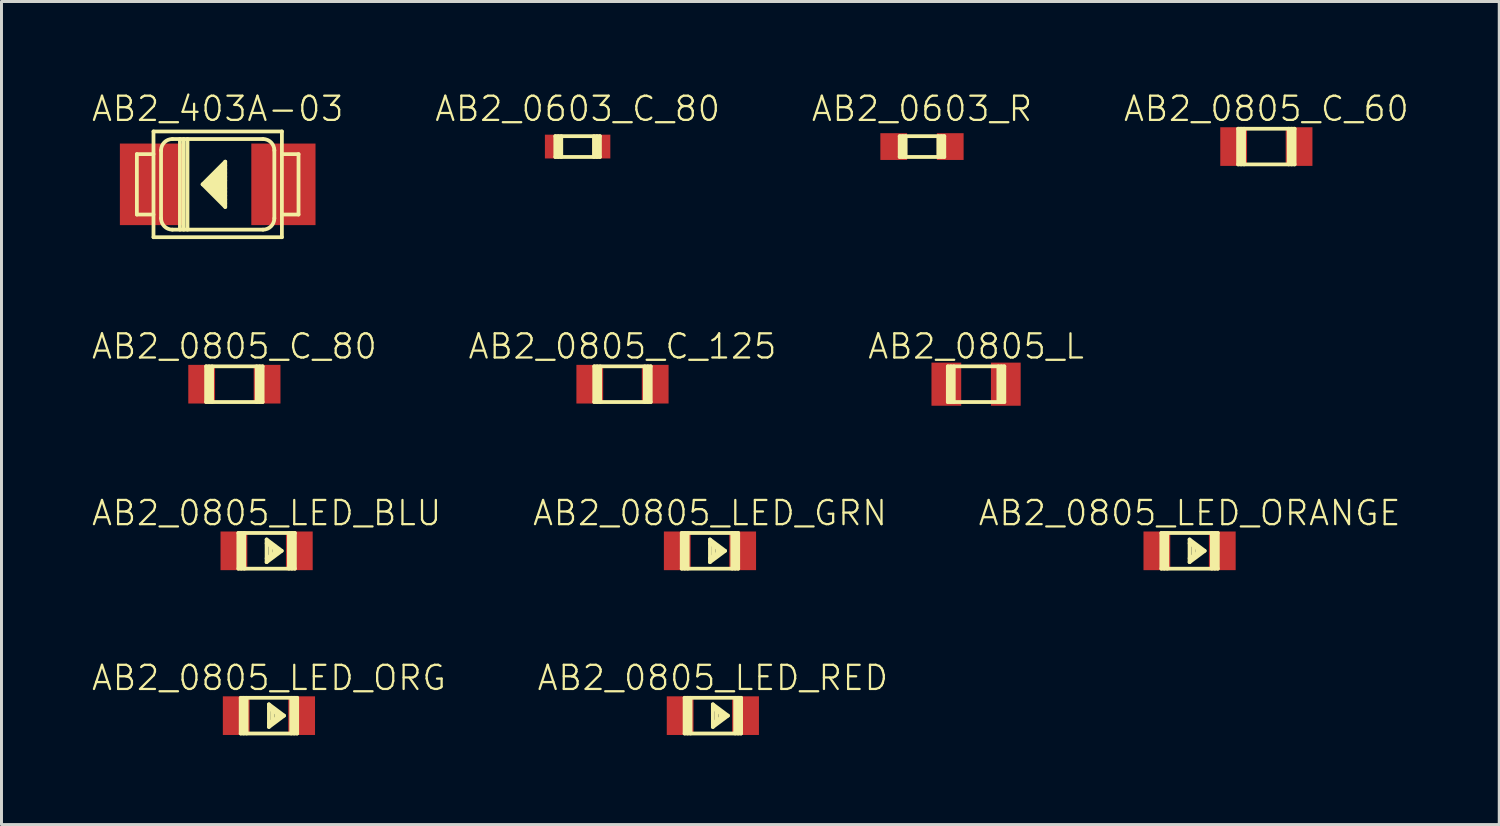
<source format=kicad_pcb>
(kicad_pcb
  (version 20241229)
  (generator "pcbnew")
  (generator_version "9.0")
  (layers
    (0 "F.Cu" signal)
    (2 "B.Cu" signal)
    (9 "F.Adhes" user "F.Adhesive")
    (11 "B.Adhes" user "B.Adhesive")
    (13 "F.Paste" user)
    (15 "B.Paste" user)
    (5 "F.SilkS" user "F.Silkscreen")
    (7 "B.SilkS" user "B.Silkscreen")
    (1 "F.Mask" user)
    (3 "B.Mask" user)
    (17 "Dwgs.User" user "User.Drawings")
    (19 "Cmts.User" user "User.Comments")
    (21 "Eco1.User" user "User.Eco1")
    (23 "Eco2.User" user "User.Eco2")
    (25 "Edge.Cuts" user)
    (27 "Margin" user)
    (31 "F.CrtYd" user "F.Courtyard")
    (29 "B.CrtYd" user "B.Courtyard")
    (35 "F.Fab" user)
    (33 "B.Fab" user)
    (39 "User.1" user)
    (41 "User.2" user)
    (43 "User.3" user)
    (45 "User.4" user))
  (footprint "AB2_0805_C_80"
    (layer "F.Cu")
    (at 4.832 9.87)
    (property "Reference" "AB2_0805_C_80" (at 0 -1.27 0) (layer "F.SilkS") (effects (font (size 0.813 0.813) (thickness 0.076))))
    (attr through_hole)
    (fp_line (start -0.95 -0.6) (end 0.95 -0.6) (stroke (width 0.127) (type solid)) (layer "F.SilkS"))
    (fp_line (start -0.95 0.6) (end -0.95 -0.6) (stroke (width 0.127) (type solid)) (layer "F.SilkS"))
    (fp_line (start -0.85 0.6) (end -0.85 -0.6) (stroke (width 0.127) (type solid)) (layer "F.SilkS"))
    (fp_line (start -0.75 -0.6) (end -0.75 0.6) (stroke (width 0.127) (type solid)) (layer "F.SilkS"))
    (fp_line (start 0.75 -0.6) (end 0.75 0.6) (stroke (width 0.127) (type solid)) (layer "F.SilkS"))
    (fp_line (start 0.85 0.6) (end 0.85 -0.6) (stroke (width 0.127) (type solid)) (layer "F.SilkS"))
    (fp_line (start 0.95 -0.6) (end 0.95 0.6) (stroke (width 0.127) (type solid)) (layer "F.SilkS"))
    (fp_line (start 0.95 0.6) (end -0.95 0.6) (stroke (width 0.127) (type solid)) (layer "F.SilkS"))
    (pad "1" smd rect (at -1.1 0) (size 0.9 1.3) (layers "F.Cu" "F.Mask" "F.Paste"))
    (pad "2" smd rect (at 1.1 0) (size 0.9 1.3) (layers "F.Cu" "F.Mask" "F.Paste")))
  (footprint "AB2_0805_LED_ORG"
    (layer "F.Cu")
    (at 5.994 21.017)
    (property "Reference" "AB2_0805_LED_ORG" (at 0 -1.27 0) (layer "F.SilkS") (effects (font (size 0.813 0.813) (thickness 0.076))))
    (attr through_hole)
    (fp_line (start -0.95 -0.6) (end 0.95 -0.6) (stroke (width 0.127) (type solid)) (layer "F.SilkS"))
    (fp_line (start -0.95 0.6) (end -0.95 -0.6) (stroke (width 0.127) (type solid)) (layer "F.SilkS"))
    (fp_line (start -0.85 0.6) (end -0.85 -0.6) (stroke (width 0.127) (type solid)) (layer "F.SilkS"))
    (fp_line (start -0.75 -0.6) (end -0.75 0.6) (stroke (width 0.127) (type solid)) (layer "F.SilkS"))
    (fp_line (start 0 -0.381) (end 0 0.381) (stroke (width 0.127) (type solid)) (layer "F.SilkS"))
    (fp_line (start 0 0.381) (end 0.508 0) (stroke (width 0.127) (type solid)) (layer "F.SilkS"))
    (fp_line (start 0.127 -0.254) (end 0.127 0.254) (stroke (width 0.127) (type solid)) (layer "F.SilkS"))
    (fp_line (start 0.254 -0.127) (end 0.254 0.127) (stroke (width 0.127) (type solid)) (layer "F.SilkS"))
    (fp_line (start 0.381 0) (end 0 -0.254) (stroke (width 0.127) (type solid)) (layer "F.SilkS"))
    (fp_line (start 0.381 0) (end 0 0.254) (stroke (width 0.127) (type solid)) (layer "F.SilkS"))
    (fp_line (start 0.508 0) (end 0 -0.381) (stroke (width 0.127) (type solid)) (layer "F.SilkS"))
    (fp_line (start 0.75 -0.6) (end 0.75 0.6) (stroke (width 0.127) (type solid)) (layer "F.SilkS"))
    (fp_line (start 0.85 0.6) (end 0.85 -0.6) (stroke (width 0.127) (type solid)) (layer "F.SilkS"))
    (fp_line (start 0.95 -0.6) (end 0.95 0.6) (stroke (width 0.127) (type solid)) (layer "F.SilkS"))
    (fp_line (start 0.95 0.6) (end -0.95 0.6) (stroke (width 0.127) (type solid)) (layer "F.SilkS"))
    (pad "1" smd rect (at -1.1 0) (size 0.9 1.3) (layers "F.Cu" "F.Mask" "F.Paste"))
    (pad "2" smd rect (at 1.1 0) (size 0.9 1.3) (layers "F.Cu" "F.Mask" "F.Paste")))
  (footprint "AB2_0603_C_80"
    (layer "F.Cu")
    (at 16.375 1.879)
    (property "Reference" "AB2_0603_C_80" (at 0 -1.27 0) (layer "F.SilkS") (effects (font (size 0.813 0.813) (thickness 0.076))))
    (attr through_hole)
    (fp_line (start -0.75 -0.35) (end 0.75 -0.35) (stroke (width 0.127) (type solid)) (layer "F.SilkS"))
    (fp_line (start -0.75 0.35) (end -0.75 -0.35) (stroke (width 0.127) (type solid)) (layer "F.SilkS"))
    (fp_line (start -0.65 0.35) (end -0.65 -0.35) (stroke (width 0.127) (type solid)) (layer "F.SilkS"))
    (fp_line (start -0.55 -0.35) (end -0.55 0.35) (stroke (width 0.127) (type solid)) (layer "F.SilkS"))
    (fp_line (start 0.55 -0.35) (end 0.55 0.35) (stroke (width 0.127) (type solid)) (layer "F.SilkS"))
    (fp_line (start 0.65 0.35) (end 0.65 -0.35) (stroke (width 0.127) (type solid)) (layer "F.SilkS"))
    (fp_line (start 0.75 -0.35) (end 0.75 0.35) (stroke (width 0.127) (type solid)) (layer "F.SilkS"))
    (fp_line (start 0.75 0.35) (end -0.75 0.35) (stroke (width 0.127) (type solid)) (layer "F.SilkS"))
    (pad "1" smd rect (at -0.8 0) (size 0.6 0.8) (layers "F.Cu" "F.Mask" "F.Paste"))
    (pad "2" smd rect (at 0.8 0) (size 0.6 0.8) (layers "F.Cu" "F.Mask" "F.Paste")))
  (footprint "AB2_0805_L"
    (layer "F.Cu")
    (at 29.775 9.87)
    (property "Reference" "AB2_0805_L" (at 0 -1.27 0) (layer "F.SilkS") (effects (font (size 0.813 0.813) (thickness 0.076))))
    (attr through_hole)
    (fp_line (start -0.95 -0.6) (end 0.95 -0.6) (stroke (width 0.127) (type solid)) (layer "F.SilkS"))
    (fp_line (start -0.95 0.6) (end -0.95 -0.6) (stroke (width 0.127) (type solid)) (layer "F.SilkS"))
    (fp_line (start -0.85 0.6) (end -0.85 -0.6) (stroke (width 0.127) (type solid)) (layer "F.SilkS"))
    (fp_line (start -0.75 -0.6) (end -0.75 0.6) (stroke (width 0.127) (type solid)) (layer "F.SilkS"))
    (fp_line (start 0.75 -0.6) (end 0.75 0.6) (stroke (width 0.127) (type solid)) (layer "F.SilkS"))
    (fp_line (start 0.85 0.6) (end 0.85 -0.6) (stroke (width 0.127) (type solid)) (layer "F.SilkS"))
    (fp_line (start 0.95 -0.6) (end 0.95 0.6) (stroke (width 0.127) (type solid)) (layer "F.SilkS"))
    (fp_line (start 0.95 0.6) (end -0.95 0.6) (stroke (width 0.127) (type solid)) (layer "F.SilkS"))
    (pad "1" smd rect (at -1 0) (size 1 1.45) (layers "F.Cu" "F.Mask" "F.Paste"))
    (pad "2" smd rect (at 1 0) (size 1 1.45) (layers "F.Cu" "F.Mask" "F.Paste")))
  (footprint "AB2_0805_LED_RED"
    (layer "F.Cu")
    (at 20.923 21.017)
    (property "Reference" "AB2_0805_LED_RED" (at 0 -1.27 0) (layer "F.SilkS") (effects (font (size 0.813 0.813) (thickness 0.076))))
    (attr through_hole)
    (fp_line (start -0.95 -0.6) (end 0.95 -0.6) (stroke (width 0.127) (type solid)) (layer "F.SilkS"))
    (fp_line (start -0.95 0.6) (end -0.95 -0.6) (stroke (width 0.127) (type solid)) (layer "F.SilkS"))
    (fp_line (start -0.85 0.6) (end -0.85 -0.6) (stroke (width 0.127) (type solid)) (layer "F.SilkS"))
    (fp_line (start -0.75 -0.6) (end -0.75 0.6) (stroke (width 0.127) (type solid)) (layer "F.SilkS"))
    (fp_line (start 0 -0.381) (end 0 0.381) (stroke (width 0.127) (type solid)) (layer "F.SilkS"))
    (fp_line (start 0 0.381) (end 0.508 0) (stroke (width 0.127) (type solid)) (layer "F.SilkS"))
    (fp_line (start 0.127 -0.254) (end 0.127 0.254) (stroke (width 0.127) (type solid)) (layer "F.SilkS"))
    (fp_line (start 0.254 -0.127) (end 0.254 0.127) (stroke (width 0.127) (type solid)) (layer "F.SilkS"))
    (fp_line (start 0.381 0) (end 0 -0.254) (stroke (width 0.127) (type solid)) (layer "F.SilkS"))
    (fp_line (start 0.381 0) (end 0 0.254) (stroke (width 0.127) (type solid)) (layer "F.SilkS"))
    (fp_line (start 0.508 0) (end 0 -0.381) (stroke (width 0.127) (type solid)) (layer "F.SilkS"))
    (fp_line (start 0.75 -0.6) (end 0.75 0.6) (stroke (width 0.127) (type solid)) (layer "F.SilkS"))
    (fp_line (start 0.85 0.6) (end 0.85 -0.6) (stroke (width 0.127) (type solid)) (layer "F.SilkS"))
    (fp_line (start 0.95 -0.6) (end 0.95 0.6) (stroke (width 0.127) (type solid)) (layer "F.SilkS"))
    (fp_line (start 0.95 0.6) (end -0.95 0.6) (stroke (width 0.127) (type solid)) (layer "F.SilkS"))
    (pad "1" smd rect (at -1.1 0) (size 0.9 1.3) (layers "F.Cu" "F.Mask" "F.Paste"))
    (pad "2" smd rect (at 1.1 0) (size 0.9 1.3) (layers "F.Cu" "F.Mask" "F.Paste")))
  (footprint "AB2_0603_R"
    (layer "F.Cu")
    (at 27.956 1.879)
    (property "Reference" "AB2_0603_R" (at 0 -1.27 0) (layer "F.SilkS") (effects (font (size 0.813 0.813) (thickness 0.076))))
    (attr through_hole)
    (fp_line (start -0.75 -0.35) (end 0.75 -0.35) (stroke (width 0.127) (type solid)) (layer "F.SilkS"))
    (fp_line (start -0.75 0.35) (end -0.75 -0.35) (stroke (width 0.127) (type solid)) (layer "F.SilkS"))
    (fp_line (start -0.65 0.35) (end -0.65 -0.35) (stroke (width 0.127) (type solid)) (layer "F.SilkS"))
    (fp_line (start -0.55 -0.35) (end -0.55 0.35) (stroke (width 0.127) (type solid)) (layer "F.SilkS"))
    (fp_line (start 0.55 -0.35) (end 0.55 0.35) (stroke (width 0.127) (type solid)) (layer "F.SilkS"))
    (fp_line (start 0.65 0.35) (end 0.65 -0.35) (stroke (width 0.127) (type solid)) (layer "F.SilkS"))
    (fp_line (start 0.75 -0.35) (end 0.75 0.35) (stroke (width 0.127) (type solid)) (layer "F.SilkS"))
    (fp_line (start 0.75 0.35) (end -0.75 0.35) (stroke (width 0.127) (type solid)) (layer "F.SilkS"))
    (pad "1" smd rect (at -0.95 0) (size 0.9 0.9) (layers "F.Cu" "F.Mask" "F.Paste"))
    (pad "2" smd rect (at 0.95 0) (size 0.9 0.9) (layers "F.Cu" "F.Mask" "F.Paste")))
  (footprint "AB2_0805_LED_GRN"
    (layer "F.Cu")
    (at 20.826 15.474)
    (property "Reference" "AB2_0805_LED_GRN" (at 0 -1.27 0) (layer "F.SilkS") (effects (font (size 0.813 0.813) (thickness 0.076))))
    (attr through_hole)
    (fp_line (start -0.95 -0.6) (end 0.95 -0.6) (stroke (width 0.127) (type solid)) (layer "F.SilkS"))
    (fp_line (start -0.95 0.6) (end -0.95 -0.6) (stroke (width 0.127) (type solid)) (layer "F.SilkS"))
    (fp_line (start -0.85 0.6) (end -0.85 -0.6) (stroke (width 0.127) (type solid)) (layer "F.SilkS"))
    (fp_line (start -0.75 -0.6) (end -0.75 0.6) (stroke (width 0.127) (type solid)) (layer "F.SilkS"))
    (fp_line (start 0 -0.381) (end 0 0.381) (stroke (width 0.127) (type solid)) (layer "F.SilkS"))
    (fp_line (start 0 0.381) (end 0.508 0) (stroke (width 0.127) (type solid)) (layer "F.SilkS"))
    (fp_line (start 0.127 -0.254) (end 0.127 0.254) (stroke (width 0.127) (type solid)) (layer "F.SilkS"))
    (fp_line (start 0.254 -0.127) (end 0.254 0.127) (stroke (width 0.127) (type solid)) (layer "F.SilkS"))
    (fp_line (start 0.381 0) (end 0 -0.254) (stroke (width 0.127) (type solid)) (layer "F.SilkS"))
    (fp_line (start 0.381 0) (end 0 0.254) (stroke (width 0.127) (type solid)) (layer "F.SilkS"))
    (fp_line (start 0.508 0) (end 0 -0.381) (stroke (width 0.127) (type solid)) (layer "F.SilkS"))
    (fp_line (start 0.75 -0.6) (end 0.75 0.6) (stroke (width 0.127) (type solid)) (layer "F.SilkS"))
    (fp_line (start 0.85 0.6) (end 0.85 -0.6) (stroke (width 0.127) (type solid)) (layer "F.SilkS"))
    (fp_line (start 0.95 -0.6) (end 0.95 0.6) (stroke (width 0.127) (type solid)) (layer "F.SilkS"))
    (fp_line (start 0.95 0.6) (end -0.95 0.6) (stroke (width 0.127) (type solid)) (layer "F.SilkS"))
    (pad "1" smd rect (at -1.1 0) (size 0.9 1.3) (layers "F.Cu" "F.Mask" "F.Paste"))
    (pad "2" smd rect (at 1.1 0) (size 0.9 1.3) (layers "F.Cu" "F.Mask" "F.Paste")))
  (footprint "AB2_0805_C_125"
    (layer "F.Cu")
    (at 17.884 9.87)
    (property "Reference" "AB2_0805_C_125" (at 0 -1.27 0) (layer "F.SilkS") (effects (font (size 0.813 0.813) (thickness 0.076))))
    (attr through_hole)
    (fp_line (start -0.95 -0.6) (end 0.95 -0.6) (stroke (width 0.127) (type solid)) (layer "F.SilkS"))
    (fp_line (start -0.95 0.6) (end -0.95 -0.6) (stroke (width 0.127) (type solid)) (layer "F.SilkS"))
    (fp_line (start -0.85 0.6) (end -0.85 -0.6) (stroke (width 0.127) (type solid)) (layer "F.SilkS"))
    (fp_line (start -0.75 -0.6) (end -0.75 0.6) (stroke (width 0.127) (type solid)) (layer "F.SilkS"))
    (fp_line (start 0.75 -0.6) (end 0.75 0.6) (stroke (width 0.127) (type solid)) (layer "F.SilkS"))
    (fp_line (start 0.85 0.6) (end 0.85 -0.6) (stroke (width 0.127) (type solid)) (layer "F.SilkS"))
    (fp_line (start 0.95 -0.6) (end 0.95 0.6) (stroke (width 0.127) (type solid)) (layer "F.SilkS"))
    (fp_line (start 0.95 0.6) (end -0.95 0.6) (stroke (width 0.127) (type solid)) (layer "F.SilkS"))
    (pad "1" smd rect (at -1.1 0) (size 0.9 1.3) (layers "F.Cu" "F.Mask" "F.Paste"))
    (pad "2" smd rect (at 1.1 0) (size 0.9 1.3) (layers "F.Cu" "F.Mask" "F.Paste")))
  (footprint "AB2_403A-03"
    (layer "F.Cu")
    (at 4.271 3.149)
    (property "Reference" "AB2_403A-03" (at 0 -2.54 0) (layer "F.SilkS") (effects (font (size 0.813 0.813) (thickness 0.076))))
    (attr through_hole)
    (fp_line (start -2.718 -1.016) (end -2.159 -1.016) (stroke (width 0.127) (type solid)) (layer "F.SilkS"))
    (fp_line (start -2.718 1.016) (end -2.718 -1.016) (stroke (width 0.127) (type solid)) (layer "F.SilkS"))
    (fp_line (start -2.159 -1.778) (end 2.159 -1.778) (stroke (width 0.127) (type solid)) (layer "F.SilkS"))
    (fp_line (start -2.159 1.016) (end -2.718 1.016) (stroke (width 0.127) (type solid)) (layer "F.SilkS"))
    (fp_line (start -2.159 1.778) (end -2.159 -1.778) (stroke (width 0.127) (type solid)) (layer "F.SilkS"))
    (fp_line (start -1.905 1.143) (end -1.905 -1.143) (stroke (width 0.127) (type solid)) (layer "F.SilkS"))
    (fp_line (start -1.524 -1.524) (end 1.524 -1.524) (stroke (width 0.127) (type solid)) (layer "F.SilkS"))
    (fp_line (start -1.27 -1.524) (end -1.27 1.524) (stroke (width 0.127) (type solid)) (layer "F.SilkS"))
    (fp_line (start -1.143 -1.524) (end -1.143 1.524) (stroke (width 0.127) (type solid)) (layer "F.SilkS"))
    (fp_line (start -1.016 1.524) (end -1.016 -1.524) (stroke (width 0.127) (type solid)) (layer "F.SilkS"))
    (fp_line (start -0.508 0) (end 0.254 -0.762) (stroke (width 0.127) (type solid)) (layer "F.SilkS"))
    (fp_line (start -0.381 0) (end 0.254 -0.635) (stroke (width 0.127) (type solid)) (layer "F.SilkS"))
    (fp_line (start -0.381 0) (end 0.254 0.635) (stroke (width 0.127) (type solid)) (layer "F.SilkS"))
    (fp_line (start -0.254 0) (end 0.254 -0.508) (stroke (width 0.127) (type solid)) (layer "F.SilkS"))
    (fp_line (start -0.254 0) (end 0.254 0.508) (stroke (width 0.127) (type solid)) (layer "F.SilkS"))
    (fp_line (start -0.127 0) (end 0.254 -0.381) (stroke (width 0.127) (type solid)) (layer "F.SilkS"))
    (fp_line (start -0.127 0) (end 0.254 0.381) (stroke (width 0.127) (type solid)) (layer "F.SilkS"))
    (fp_line (start 0 0) (end 0.254 -0.254) (stroke (width 0.127) (type solid)) (layer "F.SilkS"))
    (fp_line (start 0 0) (end 0.254 0.254) (stroke (width 0.127) (type solid)) (layer "F.SilkS"))
    (fp_line (start 0.127 0) (end 0.254 -0.127) (stroke (width 0.127) (type solid)) (layer "F.SilkS"))
    (fp_line (start 0.127 0) (end 0.254 0.127) (stroke (width 0.127) (type solid)) (layer "F.SilkS"))
    (fp_line (start 0.254 -0.762) (end 0.254 0.762) (stroke (width 0.127) (type solid)) (layer "F.SilkS"))
    (fp_line (start 0.254 0.762) (end -0.508 0) (stroke (width 0.127) (type solid)) (layer "F.SilkS"))
    (fp_line (start 1.524 1.524) (end -1.524 1.524) (stroke (width 0.127) (type solid)) (layer "F.SilkS"))
    (fp_line (start 1.905 -1.143) (end 1.905 1.143) (stroke (width 0.127) (type solid)) (layer "F.SilkS"))
    (fp_line (start 2.159 -1.778) (end 2.159 1.778) (stroke (width 0.127) (type solid)) (layer "F.SilkS"))
    (fp_line (start 2.159 1.016) (end 2.718 1.016) (stroke (width 0.127) (type solid)) (layer "F.SilkS"))
    (fp_line (start 2.159 1.778) (end -2.159 1.778) (stroke (width 0.127) (type solid)) (layer "F.SilkS"))
    (fp_line (start 2.718 -1.016) (end 2.159 -1.016) (stroke (width 0.127) (type solid)) (layer "F.SilkS"))
    (fp_line (start 2.718 1.016) (end 2.718 -1.016) (stroke (width 0.127) (type solid)) (layer "F.SilkS"))
    (fp_arc (start -1.905 -1.143) (mid -1.793408 -1.412408) (end -1.524 -1.524) (stroke (width 0.127) (type solid)) (layer "F.SilkS"))
    (fp_arc (start -1.524 1.524) (mid -1.793408 1.412408) (end -1.905 1.143) (stroke (width 0.127) (type solid)) (layer "F.SilkS"))
    (fp_arc (start 1.524 -1.524) (mid 1.793408 -1.412408) (end 1.905 -1.143) (stroke (width 0.127) (type solid)) (layer "F.SilkS"))
    (fp_arc (start 1.905 1.143) (mid 1.793408 1.412408) (end 1.524 1.524) (stroke (width 0.127) (type solid)) (layer "F.SilkS"))
    (pad "1" smd rect (at 2.21 0) (size 2.159 2.743) (layers "F.Cu" "F.Mask" "F.Paste"))
    (pad "2" smd rect (at -2.21 0) (size 2.159 2.743) (layers "F.Cu" "F.Mask" "F.Paste")))
  (footprint "AB2_0805_C_60"
    (layer "F.Cu")
    (at 39.537 1.879)
    (property "Reference" "AB2_0805_C_60" (at 0 -1.27 0) (layer "F.SilkS") (effects (font (size 0.813 0.813) (thickness 0.076))))
    (attr through_hole)
    (fp_line (start -0.95 -0.6) (end 0.95 -0.6) (stroke (width 0.127) (type solid)) (layer "F.SilkS"))
    (fp_line (start -0.95 0.6) (end -0.95 -0.6) (stroke (width 0.127) (type solid)) (layer "F.SilkS"))
    (fp_line (start -0.85 0.6) (end -0.85 -0.6) (stroke (width 0.127) (type solid)) (layer "F.SilkS"))
    (fp_line (start -0.75 -0.6) (end -0.75 0.6) (stroke (width 0.127) (type solid)) (layer "F.SilkS"))
    (fp_line (start 0.75 -0.6) (end 0.75 0.6) (stroke (width 0.127) (type solid)) (layer "F.SilkS"))
    (fp_line (start 0.85 0.6) (end 0.85 -0.6) (stroke (width 0.127) (type solid)) (layer "F.SilkS"))
    (fp_line (start 0.95 -0.6) (end 0.95 0.6) (stroke (width 0.127) (type solid)) (layer "F.SilkS"))
    (fp_line (start 0.95 0.6) (end -0.95 0.6) (stroke (width 0.127) (type solid)) (layer "F.SilkS"))
    (pad "1" smd rect (at -1.1 0) (size 0.9 1.3) (layers "F.Cu" "F.Mask" "F.Paste"))
    (pad "2" smd rect (at 1.1 0) (size 0.9 1.3) (layers "F.Cu" "F.Mask" "F.Paste")))
  (footprint "AB2_0805_LED_BLU"
    (layer "F.Cu")
    (at 5.916 15.474)
    (property "Reference" "AB2_0805_LED_BLU" (at 0 -1.27 0) (layer "F.SilkS") (effects (font (size 0.813 0.813) (thickness 0.076))))
    (attr through_hole)
    (fp_line (start -0.95 -0.6) (end 0.95 -0.6) (stroke (width 0.127) (type solid)) (layer "F.SilkS"))
    (fp_line (start -0.95 0.6) (end -0.95 -0.6) (stroke (width 0.127) (type solid)) (layer "F.SilkS"))
    (fp_line (start -0.85 0.6) (end -0.85 -0.6) (stroke (width 0.127) (type solid)) (layer "F.SilkS"))
    (fp_line (start -0.75 -0.6) (end -0.75 0.6) (stroke (width 0.127) (type solid)) (layer "F.SilkS"))
    (fp_line (start 0 -0.381) (end 0 0.381) (stroke (width 0.127) (type solid)) (layer "F.SilkS"))
    (fp_line (start 0 0.381) (end 0.508 0) (stroke (width 0.127) (type solid)) (layer "F.SilkS"))
    (fp_line (start 0.127 -0.254) (end 0.127 0.254) (stroke (width 0.127) (type solid)) (layer "F.SilkS"))
    (fp_line (start 0.254 -0.127) (end 0.254 0.127) (stroke (width 0.127) (type solid)) (layer "F.SilkS"))
    (fp_line (start 0.381 0) (end 0 -0.254) (stroke (width 0.127) (type solid)) (layer "F.SilkS"))
    (fp_line (start 0.381 0) (end 0 0.254) (stroke (width 0.127) (type solid)) (layer "F.SilkS"))
    (fp_line (start 0.508 0) (end 0 -0.381) (stroke (width 0.127) (type solid)) (layer "F.SilkS"))
    (fp_line (start 0.75 -0.6) (end 0.75 0.6) (stroke (width 0.127) (type solid)) (layer "F.SilkS"))
    (fp_line (start 0.85 0.6) (end 0.85 -0.6) (stroke (width 0.127) (type solid)) (layer "F.SilkS"))
    (fp_line (start 0.95 -0.6) (end 0.95 0.6) (stroke (width 0.127) (type solid)) (layer "F.SilkS"))
    (fp_line (start 0.95 0.6) (end -0.95 0.6) (stroke (width 0.127) (type solid)) (layer "F.SilkS"))
    (pad "1" smd rect (at -1.1 0) (size 0.9 1.3) (layers "F.Cu" "F.Mask" "F.Paste"))
    (pad "2" smd rect (at 1.1 0) (size 0.9 1.3) (layers "F.Cu" "F.Mask" "F.Paste")))
  (footprint "AB2_0805_LED_ORANGE"
    (layer "F.Cu")
    (at 36.955 15.474)
    (property "Reference" "AB2_0805_LED_ORANGE" (at 0 -1.27 0) (layer "F.SilkS") (effects (font (size 0.813 0.813) (thickness 0.076))))
    (attr through_hole)
    (fp_line (start -0.95 -0.6) (end 0.95 -0.6) (stroke (width 0.127) (type solid)) (layer "F.SilkS"))
    (fp_line (start -0.95 0.6) (end -0.95 -0.6) (stroke (width 0.127) (type solid)) (layer "F.SilkS"))
    (fp_line (start -0.85 0.6) (end -0.85 -0.6) (stroke (width 0.127) (type solid)) (layer "F.SilkS"))
    (fp_line (start -0.75 -0.6) (end -0.75 0.6) (stroke (width 0.127) (type solid)) (layer "F.SilkS"))
    (fp_line (start 0 -0.381) (end 0 0.381) (stroke (width 0.127) (type solid)) (layer "F.SilkS"))
    (fp_line (start 0 0.381) (end 0.508 0) (stroke (width 0.127) (type solid)) (layer "F.SilkS"))
    (fp_line (start 0.127 -0.254) (end 0.127 0.254) (stroke (width 0.127) (type solid)) (layer "F.SilkS"))
    (fp_line (start 0.254 -0.127) (end 0.254 0.127) (stroke (width 0.127) (type solid)) (layer "F.SilkS"))
    (fp_line (start 0.381 0) (end 0 -0.254) (stroke (width 0.127) (type solid)) (layer "F.SilkS"))
    (fp_line (start 0.381 0) (end 0 0.254) (stroke (width 0.127) (type solid)) (layer "F.SilkS"))
    (fp_line (start 0.508 0) (end 0 -0.381) (stroke (width 0.127) (type solid)) (layer "F.SilkS"))
    (fp_line (start 0.75 -0.6) (end 0.75 0.6) (stroke (width 0.127) (type solid)) (layer "F.SilkS"))
    (fp_line (start 0.85 0.6) (end 0.85 -0.6) (stroke (width 0.127) (type solid)) (layer "F.SilkS"))
    (fp_line (start 0.95 -0.6) (end 0.95 0.6) (stroke (width 0.127) (type solid)) (layer "F.SilkS"))
    (fp_line (start 0.95 0.6) (end -0.95 0.6) (stroke (width 0.127) (type solid)) (layer "F.SilkS"))
    (pad "1" smd rect (at -1.1 0) (size 0.9 1.3) (layers "F.Cu" "F.Mask" "F.Paste"))
    (pad "2" smd rect (at 1.1 0) (size 0.9 1.3) (layers "F.Cu" "F.Mask" "F.Paste")))
  (gr_rect
    (start -3 -3)
    (end 47.369 24.68)
    (stroke (width 0.1) (type default))
    (fill no)
    (layer "Edge.Cuts")))
</source>
